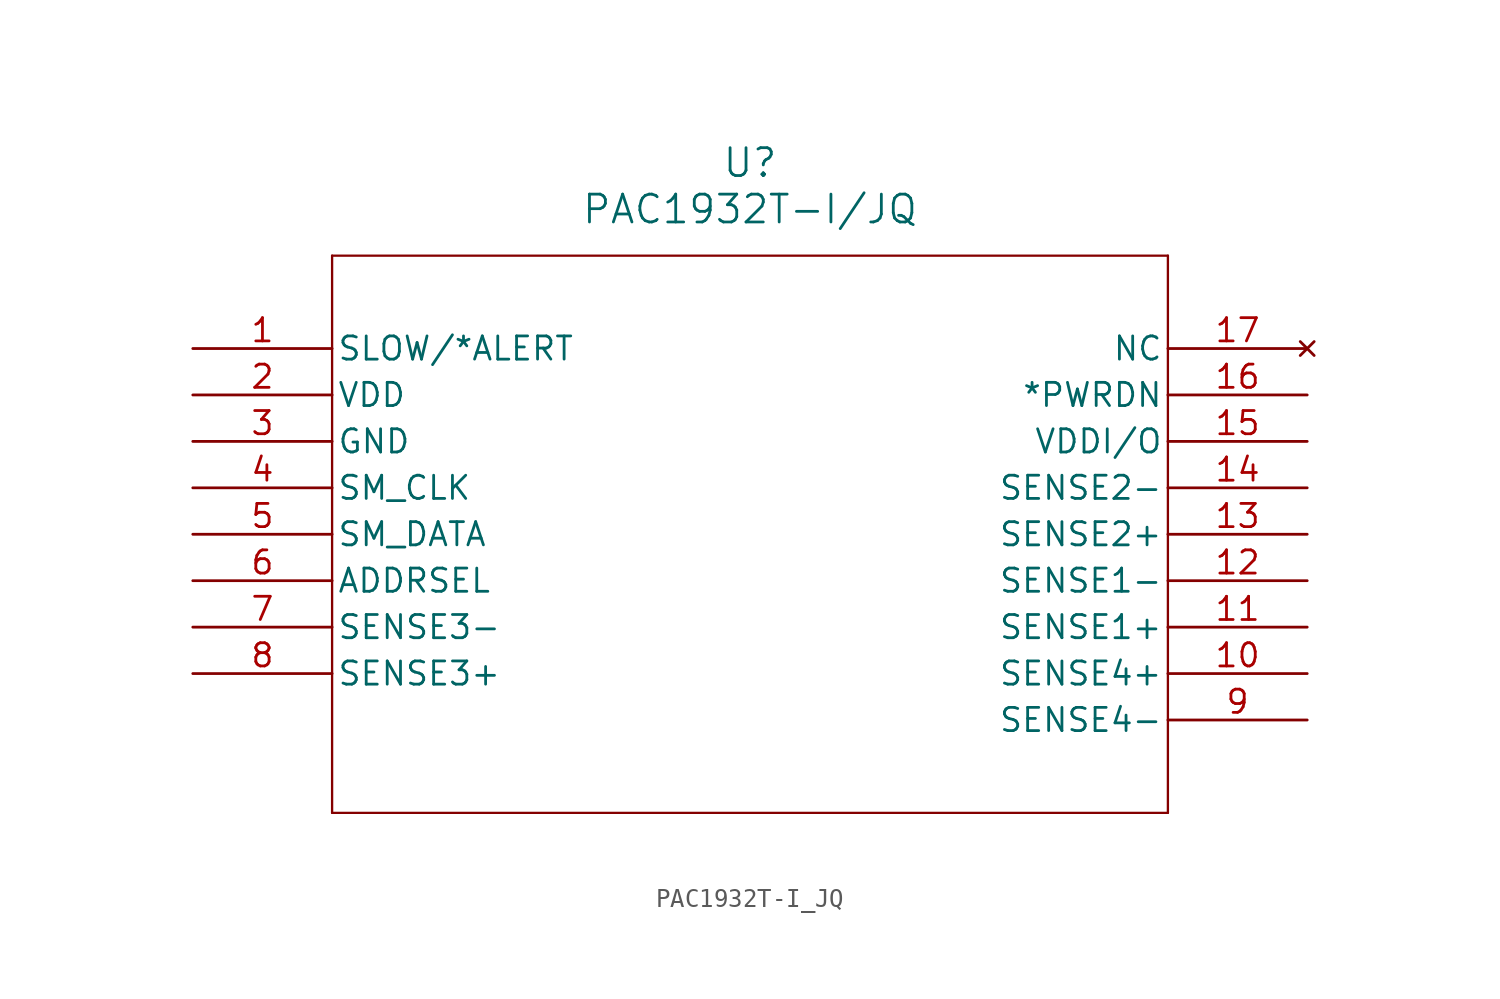
<source format=kicad_sym>
(kicad_symbol_lib
  (version 20211014)
  (generator kicad_symbol_editor)
  (symbol "PAC1932T-I_JQ"
    (pin_names
      (offset 0.254))
    (property "Reference" "U"
      (at 30.48 10.16 0)
      (effects (font (size 1.524 1.524))))
    (property "Value" "PAC1932T-I/JQ"
      (at 30.48 7.62 0)
      (effects (font (size 1.524 1.524))))
    (symbol "PAC1932T-I_JQ_0_1"
      (polyline (pts (xy 7.62 5.08) (xy 7.62 -25.4)) (stroke (width 0.127) (type default) (color 0 0 0 0)) (fill (type none)))
      (polyline (pts (xy 7.62 -25.4) (xy 53.34 -25.4)) (stroke (width 0.127) (type default) (color 0 0 0 0)) (fill (type none)))
      (polyline (pts (xy 53.34 -25.4) (xy 53.34 5.08)) (stroke (width 0.127) (type default) (color 0 0 0 0)) (fill (type none)))
      (polyline (pts (xy 53.34 5.08) (xy 7.62 5.08)) (stroke (width 0.127) (type default) (color 0 0 0 0)) (fill (type none)))
      (pin bidirectional line (at 0 0 0) (length 7.62) (name "SLOW/*ALERT" (effects (font (size 1.27 1.27)))) (number "1" (effects (font (size 1.27 1.27)))))
      (pin power_in line (at 0 -2.54 0) (length 7.62) (name "VDD" (effects (font (size 1.27 1.27)))) (number "2" (effects (font (size 1.27 1.27)))))
      (pin power_out line (at 0 -5.08 0) (length 7.62) (name "GND" (effects (font (size 1.27 1.27)))) (number "3" (effects (font (size 1.27 1.27)))))
      (pin input line (at 0 -7.62 0) (length 7.62) (name "SM_CLK" (effects (font (size 1.27 1.27)))) (number "4" (effects (font (size 1.27 1.27)))))
      (pin bidirectional line (at 0 -10.16 0) (length 7.62) (name "SM_DATA" (effects (font (size 1.27 1.27)))) (number "5" (effects (font (size 1.27 1.27)))))
      (pin bidirectional line (at 0 -12.7 0) (length 7.62) (name "ADDRSEL" (effects (font (size 1.27 1.27)))) (number "6" (effects (font (size 1.27 1.27)))))
      (pin bidirectional line (at 0 -15.24 0) (length 7.62) (name "SENSE3-" (effects (font (size 1.27 1.27)))) (number "7" (effects (font (size 1.27 1.27)))))
      (pin bidirectional line (at 0 -17.78 0) (length 7.62) (name "SENSE3+" (effects (font (size 1.27 1.27)))) (number "8" (effects (font (size 1.27 1.27)))))
      (pin bidirectional line (at 60.96 -20.32 180) (length 7.62) (name "SENSE4-" (effects (font (size 1.27 1.27)))) (number "9" (effects (font (size 1.27 1.27)))))
      (pin bidirectional line (at 60.96 -17.78 180) (length 7.62) (name "SENSE4+" (effects (font (size 1.27 1.27)))) (number "10" (effects (font (size 1.27 1.27)))))
      (pin bidirectional line (at 60.96 -15.24 180) (length 7.62) (name "SENSE1+" (effects (font (size 1.27 1.27)))) (number "11" (effects (font (size 1.27 1.27)))))
      (pin bidirectional line (at 60.96 -12.7 180) (length 7.62) (name "SENSE1-" (effects (font (size 1.27 1.27)))) (number "12" (effects (font (size 1.27 1.27)))))
      (pin bidirectional line (at 60.96 -10.16 180) (length 7.62) (name "SENSE2+" (effects (font (size 1.27 1.27)))) (number "13" (effects (font (size 1.27 1.27)))))
      (pin bidirectional line (at 60.96 -7.62 180) (length 7.62) (name "SENSE2-" (effects (font (size 1.27 1.27)))) (number "14" (effects (font (size 1.27 1.27)))))
      (pin power_in line (at 60.96 -5.08 180) (length 7.62) (name "VDDI/O" (effects (font (size 1.27 1.27)))) (number "15" (effects (font (size 1.27 1.27)))))
      (pin input line (at 60.96 -2.54 180) (length 7.62) (name "*PWRDN" (effects (font (size 1.27 1.27)))) (number "16" (effects (font (size 1.27 1.27)))))
      (pin no_connect line (at 60.96 0 180) (length 7.62) (name "NC" (effects (font (size 1.27 1.27)))) (number "17" (effects (font (size 1.27 1.27))))))))
</source>
